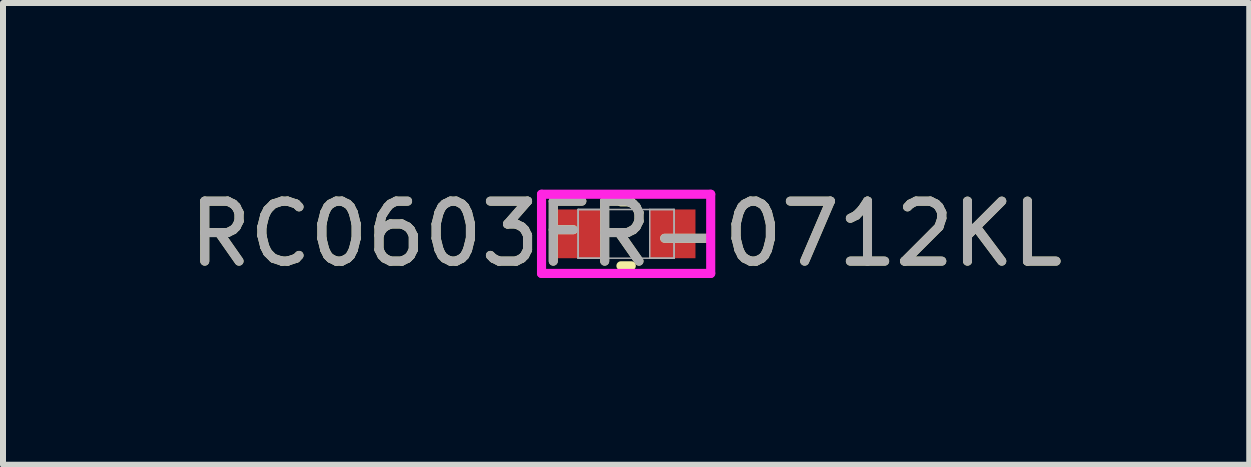
<source format=kicad_pcb>
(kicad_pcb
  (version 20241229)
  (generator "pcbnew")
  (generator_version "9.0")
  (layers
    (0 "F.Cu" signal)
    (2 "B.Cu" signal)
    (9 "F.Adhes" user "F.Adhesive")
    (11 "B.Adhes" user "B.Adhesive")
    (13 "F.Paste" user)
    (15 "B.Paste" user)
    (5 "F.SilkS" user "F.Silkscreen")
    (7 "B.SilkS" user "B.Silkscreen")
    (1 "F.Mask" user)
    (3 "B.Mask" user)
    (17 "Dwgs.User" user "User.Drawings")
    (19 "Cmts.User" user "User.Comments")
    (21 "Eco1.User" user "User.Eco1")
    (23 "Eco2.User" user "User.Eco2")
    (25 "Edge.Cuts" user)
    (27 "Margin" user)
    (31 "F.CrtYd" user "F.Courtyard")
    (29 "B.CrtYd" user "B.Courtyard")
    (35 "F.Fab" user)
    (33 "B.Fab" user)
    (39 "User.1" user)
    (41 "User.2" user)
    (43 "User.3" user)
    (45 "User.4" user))
  (footprint "RC0603FR-0712KL"
    (layer "F.Cu")
    (at 7.387 0.848)
    (property "Reference" "RC0603FR-0712KL" (at 0 0 0) (unlocked yes) (layer "F.SilkS") (effects (font (size 1 1) (thickness 0.15))))
    (attr smd)
    (fp_line (start -0.086 0.533) (end 0.086 0.533) (stroke (width 0.152) (type solid)) (layer "F.SilkS"))
    (fp_line (start 0.086 -0.533) (end -0.086 -0.533) (stroke (width 0.152) (type solid)) (layer "F.SilkS"))
    (fp_line (start -1.41 -0.66) (end 1.41 -0.66) (stroke (width 0.152) (type solid)) (layer "F.CrtYd"))
    (fp_line (start -1.41 0.66) (end -1.41 -0.66) (stroke (width 0.152) (type solid)) (layer "F.CrtYd"))
    (fp_line (start 1.41 -0.66) (end 1.41 0.66) (stroke (width 0.152) (type solid)) (layer "F.CrtYd"))
    (fp_line (start 1.41 0.66) (end -1.41 0.66) (stroke (width 0.152) (type solid)) (layer "F.CrtYd"))
    (fp_line (start -0.8 -0.406) (end -0.8 0.406) (stroke (width 0.025) (type solid)) (layer "F.Fab"))
    (fp_line (start -0.8 -0.406) (end -0.8 0.406) (stroke (width 0.025) (type solid)) (layer "F.Fab"))
    (fp_line (start -0.8 0.406) (end -0.394 0.406) (stroke (width 0.025) (type solid)) (layer "F.Fab"))
    (fp_line (start -0.8 0.406) (end 0.8 0.406) (stroke (width 0.025) (type solid)) (layer "F.Fab"))
    (fp_line (start -0.394 -0.406) (end -0.8 -0.406) (stroke (width 0.025) (type solid)) (layer "F.Fab"))
    (fp_line (start -0.394 0.406) (end -0.394 -0.406) (stroke (width 0.025) (type solid)) (layer "F.Fab"))
    (fp_line (start 0.394 -0.406) (end 0.394 0.406) (stroke (width 0.025) (type solid)) (layer "F.Fab"))
    (fp_line (start 0.394 0.406) (end 0.8 0.406) (stroke (width 0.025) (type solid)) (layer "F.Fab"))
    (fp_line (start 0.8 -0.406) (end -0.8 -0.406) (stroke (width 0.025) (type solid)) (layer "F.Fab"))
    (fp_line (start 0.8 -0.406) (end 0.394 -0.406) (stroke (width 0.025) (type solid)) (layer "F.Fab"))
    (fp_line (start 0.8 0.406) (end 0.8 -0.406) (stroke (width 0.025) (type solid)) (layer "F.Fab"))
    (fp_line (start 0.8 0.406) (end 0.8 -0.406) (stroke (width 0.025) (type solid)) (layer "F.Fab"))
    (fp_text user "${REFERENCE}" (at 0 0 0) (unlocked yes) (layer "F.Fab") (effects (font (size 1 1) (thickness 0.15))))
    (pad "1" smd rect (at -0.775 0) (size 0.762 0.813) (layers "F.Cu" "F.Mask" "F.Paste"))
    (pad "2" smd rect (at 0.775 0) (size 0.762 0.813) (layers "F.Cu" "F.Mask" "F.Paste"))
    (zone (net_name "") (layer "F.Cu") (hatch full 0.508) (connect_pads) (min_thickness 0.254) (filled_areas_thickness no) (keepout (tracks not_allowed) (vias not_allowed) (pads allowed) (copperpour not_allowed) (footprints allowed)) (placement (enabled no)) (fill) (polygon (pts (xy 7.044 0.493) (xy 7.73 0.493) (xy 7.73 1.204) (xy 7.044 1.204)))))
  (gr_rect
    (start -3 -3)
    (end 17.774 4.697)
    (stroke (width 0.1) (type default))
    (fill no)
    (layer "Edge.Cuts")))
</source>
